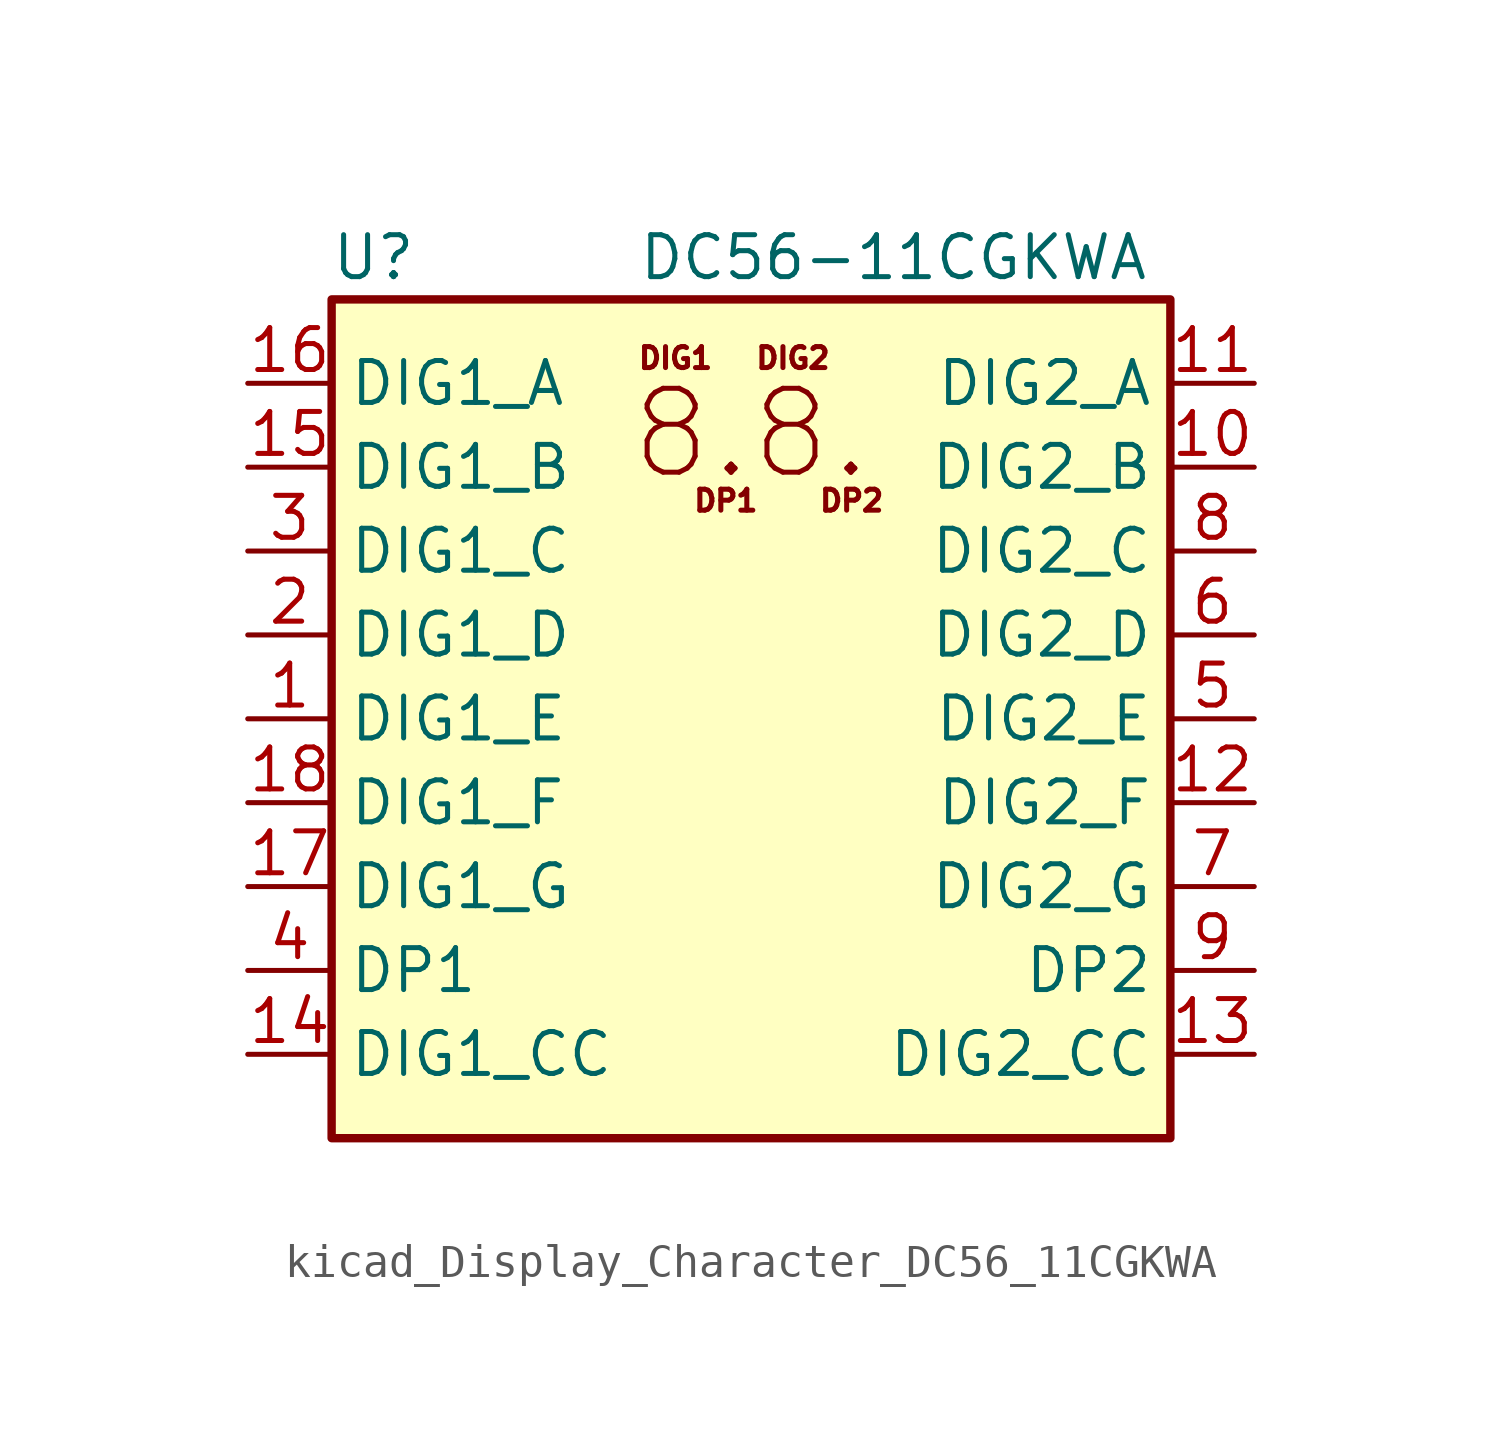
<source format=kicad_sym>
(kicad_symbol_lib
  (version 20220914)
  (generator kicad_symbol_editor)
  (symbol "kicad_Display_Character_DC56_11CGKWA"
    (property "Reference" "U"
      (at -11.43 13.97 0)
      (effects (font (size 1.27 1.27))))
    (property "Value" "DC56-11CGKWA"
      (at 12.065 13.97 0)
      (effects (font (size 1.27 1.27)) (justify right)))
    (symbol "kicad_Display_Character_DC56_11CGKWA_0_0"
      (text "8.8." (at 0 8.636 0) (effects (font (size 2.54 2.54))))
      (text "DIG1" (at -2.286 10.922 0) (effects (font (size 0.635 0.635))))
      (text "DIG2" (at 1.27 10.922 0) (effects (font (size 0.635 0.635))))
      (text "DP1" (at -0.762 6.604 0) (effects (font (size 0.635 0.635))))
      (text "DP2" (at 3.048 6.604 0) (effects (font (size 0.635 0.635)))))
    (symbol "kicad_Display_Character_DC56_11CGKWA_0_1"
      (rectangle (start -12.7 12.7) (end 12.7 -12.7) (stroke (width 0.254) (type default)) (fill (type background))))
    (symbol "kicad_Display_Character_DC56_11CGKWA_1_1"
      (pin input line (at -15.24 0 0) (length 2.54) (name "DIG1_E" (effects (font (size 1.27 1.27)))) (number "1" (effects (font (size 1.27 1.27)))))
      (pin input line (at 15.24 7.62 180) (length 2.54) (name "DIG2_B" (effects (font (size 1.27 1.27)))) (number "10" (effects (font (size 1.27 1.27)))))
      (pin input line (at 15.24 10.16 180) (length 2.54) (name "DIG2_A" (effects (font (size 1.27 1.27)))) (number "11" (effects (font (size 1.27 1.27)))))
      (pin input line (at 15.24 -2.54 180) (length 2.54) (name "DIG2_F" (effects (font (size 1.27 1.27)))) (number "12" (effects (font (size 1.27 1.27)))))
      (pin input line (at 15.24 -10.16 180) (length 2.54) (name "DIG2_CC" (effects (font (size 1.27 1.27)))) (number "13" (effects (font (size 1.27 1.27)))))
      (pin input line (at -15.24 -10.16 0) (length 2.54) (name "DIG1_CC" (effects (font (size 1.27 1.27)))) (number "14" (effects (font (size 1.27 1.27)))))
      (pin input line (at -15.24 7.62 0) (length 2.54) (name "DIG1_B" (effects (font (size 1.27 1.27)))) (number "15" (effects (font (size 1.27 1.27)))))
      (pin input line (at -15.24 10.16 0) (length 2.54) (name "DIG1_A" (effects (font (size 1.27 1.27)))) (number "16" (effects (font (size 1.27 1.27)))))
      (pin input line (at -15.24 -5.08 0) (length 2.54) (name "DIG1_G" (effects (font (size 1.27 1.27)))) (number "17" (effects (font (size 1.27 1.27)))))
      (pin input line (at -15.24 -2.54 0) (length 2.54) (name "DIG1_F" (effects (font (size 1.27 1.27)))) (number "18" (effects (font (size 1.27 1.27)))))
      (pin input line (at -15.24 2.54 0) (length 2.54) (name "DIG1_D" (effects (font (size 1.27 1.27)))) (number "2" (effects (font (size 1.27 1.27)))))
      (pin input line (at -15.24 5.08 0) (length 2.54) (name "DIG1_C" (effects (font (size 1.27 1.27)))) (number "3" (effects (font (size 1.27 1.27)))))
      (pin input line (at -15.24 -7.62 0) (length 2.54) (name "DP1" (effects (font (size 1.27 1.27)))) (number "4" (effects (font (size 1.27 1.27)))))
      (pin input line (at 15.24 0 180) (length 2.54) (name "DIG2_E" (effects (font (size 1.27 1.27)))) (number "5" (effects (font (size 1.27 1.27)))))
      (pin input line (at 15.24 2.54 180) (length 2.54) (name "DIG2_D" (effects (font (size 1.27 1.27)))) (number "6" (effects (font (size 1.27 1.27)))))
      (pin input line (at 15.24 -5.08 180) (length 2.54) (name "DIG2_G" (effects (font (size 1.27 1.27)))) (number "7" (effects (font (size 1.27 1.27)))))
      (pin input line (at 15.24 5.08 180) (length 2.54) (name "DIG2_C" (effects (font (size 1.27 1.27)))) (number "8" (effects (font (size 1.27 1.27)))))
      (pin input line (at 15.24 -7.62 180) (length 2.54) (name "DP2" (effects (font (size 1.27 1.27)))) (number "9" (effects (font (size 1.27 1.27))))))))
</source>
